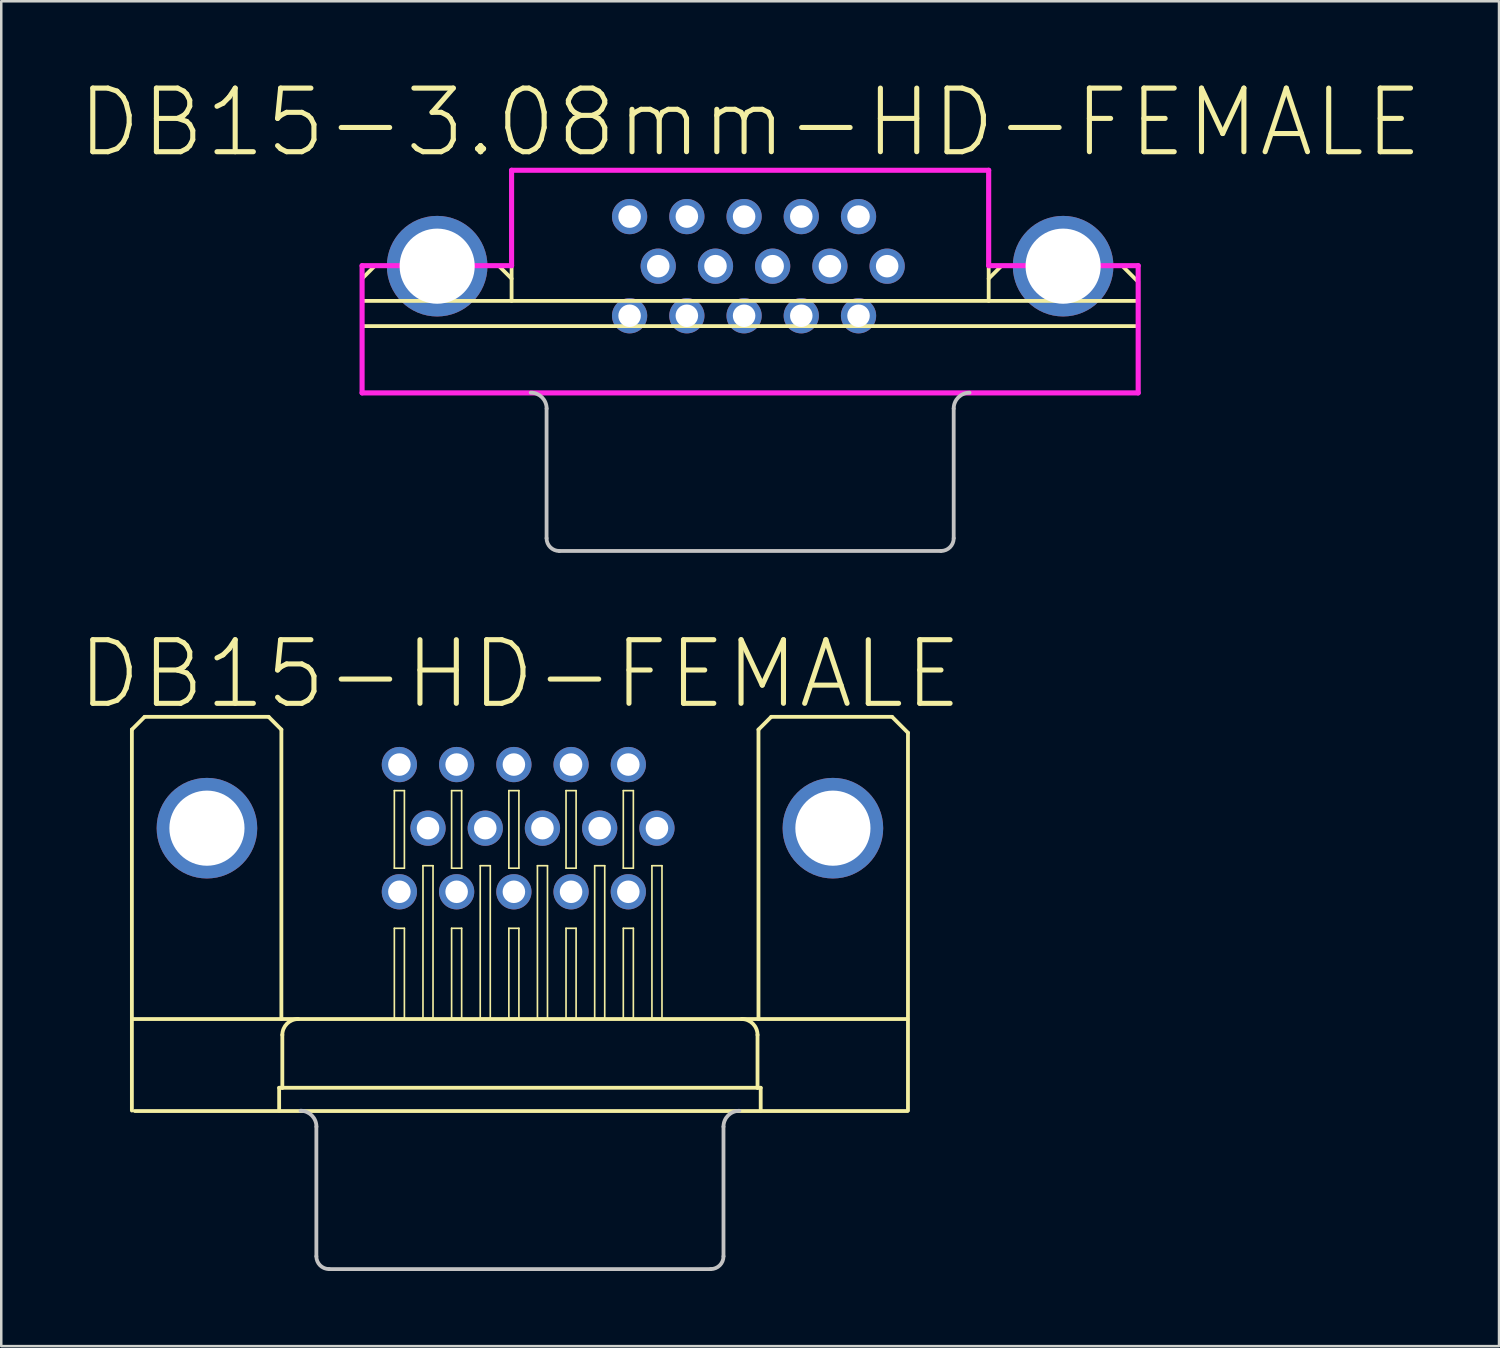
<source format=kicad_pcb>
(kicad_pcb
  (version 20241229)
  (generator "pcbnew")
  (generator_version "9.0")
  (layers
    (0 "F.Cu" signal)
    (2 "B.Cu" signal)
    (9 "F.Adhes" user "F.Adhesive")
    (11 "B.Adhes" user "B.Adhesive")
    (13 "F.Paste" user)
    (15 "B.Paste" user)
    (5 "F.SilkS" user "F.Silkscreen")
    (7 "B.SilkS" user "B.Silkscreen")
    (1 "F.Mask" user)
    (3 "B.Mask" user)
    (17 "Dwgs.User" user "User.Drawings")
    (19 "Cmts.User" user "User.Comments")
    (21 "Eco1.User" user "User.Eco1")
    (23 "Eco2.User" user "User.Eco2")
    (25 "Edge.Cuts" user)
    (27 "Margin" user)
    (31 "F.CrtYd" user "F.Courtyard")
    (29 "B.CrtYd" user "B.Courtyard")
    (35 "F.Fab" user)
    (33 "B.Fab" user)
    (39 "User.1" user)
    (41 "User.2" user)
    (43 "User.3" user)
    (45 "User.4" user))
  (footprint "DB15-3.08mm-HD-FEMALE"
    (layer "F.Cu")
    (at 26.902 12.638)
    (property "Reference" "DB15-3.08mm-HD-FEMALE" (at 0 -10.795 0) (layer "F.SilkS") (effects (font (size 2.54 2.54) (thickness 0.203))))
    (attr exclude_from_pos_files exclude_from_bom)
    (fp_line (start -15.494 -4.455) (end -15.494 -3.673) (stroke (width 0.152) (type solid)) (layer "F.SilkS"))
    (fp_line (start -15.494 -0.018) (end -15.494 -3.673) (stroke (width 0.152) (type solid)) (layer "F.SilkS"))
    (fp_line (start -14.986 -5.07) (end -15.494 -4.562) (stroke (width 0.152) (type solid)) (layer "F.SilkS"))
    (fp_line (start -10.033 -5.07) (end -14.986 -5.07) (stroke (width 0.152) (type solid)) (layer "F.SilkS"))
    (fp_line (start -9.525 -8.89) (end -9.525 -3.673) (stroke (width 0.152) (type solid)) (layer "F.SilkS"))
    (fp_line (start -9.525 -4.562) (end -10.033 -5.07) (stroke (width 0.152) (type solid)) (layer "F.SilkS"))
    (fp_line (start 9.525 -8.892) (end 9.525 -3.673) (stroke (width 0.152) (type solid)) (layer "F.SilkS"))
    (fp_line (start 9.525 -8.9) (end -9.525 -8.9) (stroke (width 0.152) (type solid)) (layer "F.SilkS"))
    (fp_line (start 10.033 -5.07) (end 9.525 -4.562) (stroke (width 0.152) (type solid)) (layer "F.SilkS"))
    (fp_line (start 10.033 -5.07) (end 14.859 -5.07) (stroke (width 0.152) (type solid)) (layer "F.SilkS"))
    (fp_line (start 14.859 -5.07) (end 15.494 -4.435) (stroke (width 0.152) (type solid)) (layer "F.SilkS"))
    (fp_line (start 15.474 0) (end -15.38 0) (stroke (width 0.152) (type solid)) (layer "F.SilkS"))
    (fp_line (start 15.494 -4.445) (end 15.494 -0.018) (stroke (width 0.152) (type solid)) (layer "F.SilkS"))
    (fp_line (start 15.494 -2.667) (end -15.494 -2.667) (stroke (width 0.152) (type solid)) (layer "F.SilkS"))
    (fp_line (start 15.495 -3.673) (end -15.494 -3.673) (stroke (width 0.152) (type solid)) (layer "F.SilkS"))
    (fp_circle (center -12.499 -5.06) (end -13.325 -4.234) (stroke (width 0.076) (type solid)) (fill no) (layer "F.SilkS"))
    (fp_circle (center 12.499 -5.06) (end 13.325 -4.234) (stroke (width 0.076) (type solid)) (fill no) (layer "F.SilkS"))
    (fp_line (start -8.128 0.625) (end -8.128 5.804) (stroke (width 0.152) (type solid)) (layer "Dwgs.User"))
    (fp_line (start 7.62 6.312) (end -7.62 6.312) (stroke (width 0.152) (type solid)) (layer "Dwgs.User"))
    (fp_line (start 8.128 0.625) (end 8.128 5.804) (stroke (width 0.152) (type solid)) (layer "Dwgs.User"))
    (fp_arc (start -8.76046 -0.01016) (mid -8.311447 0.175827) (end -8.12546 0.62484) (stroke (width 0.1524) (type solid)) (layer "Dwgs.User"))
    (fp_arc (start -7.62 6.3119) (mid -7.97921 6.16311) (end -8.128 5.8039) (stroke (width 0.1524) (type solid)) (layer "Dwgs.User"))
    (fp_arc (start 8.128 0.62484) (mid 8.313243 0.177623) (end 8.76046 -0.00762) (stroke (width 0.1524) (type solid)) (layer "Dwgs.User"))
    (fp_arc (start 8.128 5.8039) (mid 7.97921 6.16311) (end 7.62 6.3119) (stroke (width 0.1524) (type solid)) (layer "Dwgs.User"))
    (fp_line (start -15.494 -5.08) (end -15.494 0) (stroke (width 0.203) (type solid)) (layer "F.CrtYd"))
    (fp_line (start -15.494 0) (end 15.494 0) (stroke (width 0.203) (type solid)) (layer "F.CrtYd"))
    (fp_line (start -9.525 -8.89) (end -9.525 -5.08) (stroke (width 0.203) (type solid)) (layer "F.CrtYd"))
    (fp_line (start -9.525 -5.08) (end -15.494 -5.08) (stroke (width 0.203) (type solid)) (layer "F.CrtYd"))
    (fp_line (start 9.525 -8.89) (end -9.525 -8.89) (stroke (width 0.203) (type solid)) (layer "F.CrtYd"))
    (fp_line (start 9.525 -5.08) (end 9.525 -8.89) (stroke (width 0.203) (type solid)) (layer "F.CrtYd"))
    (fp_line (start 15.494 -5.08) (end 9.525 -5.08) (stroke (width 0.203) (type solid)) (layer "F.CrtYd"))
    (fp_line (start 15.494 0) (end 15.494 -5.08) (stroke (width 0.203) (type solid)) (layer "F.CrtYd"))
    (pad "1" thru_hole circle (at 4.328 -7.04 90) (size 1.407 1.407) (drill 0.899) (layers "*.Cu" "*.Mask"))
    (pad "2" thru_hole circle (at 2.042 -7.04) (size 1.407 1.407) (drill 0.899) (layers "*.Cu" "*.Mask"))
    (pad "3" thru_hole circle (at -0.241 -7.04) (size 1.407 1.407) (drill 0.899) (layers "*.Cu" "*.Mask"))
    (pad "4" thru_hole circle (at -2.527 -7.04) (size 1.407 1.407) (drill 0.899) (layers "*.Cu" "*.Mask"))
    (pad "5" thru_hole circle (at -4.813 -7.04) (size 1.407 1.407) (drill 0.899) (layers "*.Cu" "*.Mask"))
    (pad "6" thru_hole circle (at 5.471 -5.06) (size 1.407 1.407) (drill 0.899) (layers "*.Cu" "*.Mask"))
    (pad "7" thru_hole circle (at 3.185 -5.06) (size 1.407 1.407) (drill 0.899) (layers "*.Cu" "*.Mask"))
    (pad "8" thru_hole circle (at 0.899 -5.06) (size 1.407 1.407) (drill 0.899) (layers "*.Cu" "*.Mask"))
    (pad "9" thru_hole circle (at -1.384 -5.06) (size 1.407 1.407) (drill 0.899) (layers "*.Cu" "*.Mask"))
    (pad "10" thru_hole circle (at -3.67 -5.06) (size 1.407 1.407) (drill 0.899) (layers "*.Cu" "*.Mask"))
    (pad "11" thru_hole circle (at 4.328 -3.08) (size 1.407 1.407) (drill 0.899) (layers "*.Cu" "*.Mask"))
    (pad "12" thru_hole circle (at 2.042 -3.08) (size 1.407 1.407) (drill 0.899) (layers "*.Cu" "*.Mask"))
    (pad "13" thru_hole circle (at -0.241 -3.08) (size 1.407 1.407) (drill 0.899) (layers "*.Cu" "*.Mask"))
    (pad "14" thru_hole circle (at -2.527 -3.08) (size 1.407 1.407) (drill 0.899) (layers "*.Cu" "*.Mask"))
    (pad "15" thru_hole circle (at -4.813 -3.08) (size 1.407 1.407) (drill 0.899) (layers "*.Cu" "*.Mask"))
    (pad "SH" thru_hole circle (at -12.497 -5.06) (size 4.016 4.016) (drill 3) (layers "*.Cu" "*.Mask"))
    (pad "SH" thru_hole circle (at 12.497 -5.06) (size 4.016 4.016) (drill 3) (layers "*.Cu" "*.Mask")))
  (footprint "DB15-HD-FEMALE"
    (layer "F.Cu")
    (at 17.71 30.018)
    (property "Reference" "DB15-HD-FEMALE" (at 0 -6.15 0) (layer "F.SilkS") (effects (font (size 2.54 2.54) (thickness 0.203))))
    (attr exclude_from_pos_files exclude_from_bom)
    (fp_line (start -15.494 -3.937) (end -15.494 7.62) (stroke (width 0.152) (type solid)) (layer "F.SilkS"))
    (fp_line (start -15.494 11.275) (end -15.494 7.62) (stroke (width 0.152) (type solid)) (layer "F.SilkS"))
    (fp_line (start -14.986 -4.445) (end -15.494 -3.937) (stroke (width 0.152) (type solid)) (layer "F.SilkS"))
    (fp_line (start -10.033 -4.445) (end -14.986 -4.445) (stroke (width 0.152) (type solid)) (layer "F.SilkS"))
    (fp_line (start -9.614 10.366) (end -9.614 11.275) (stroke (width 0.152) (type solid)) (layer "F.SilkS"))
    (fp_line (start -9.525 -3.937) (end -10.033 -4.445) (stroke (width 0.152) (type solid)) (layer "F.SilkS"))
    (fp_line (start -9.525 -3.937) (end -9.525 7.62) (stroke (width 0.152) (type solid)) (layer "F.SilkS"))
    (fp_line (start -9.487 8.255) (end -9.487 10.366) (stroke (width 0.152) (type solid)) (layer "F.SilkS"))
    (fp_line (start -9.487 10.366) (end -9.614 10.366) (stroke (width 0.152) (type solid)) (layer "F.SilkS"))
    (fp_line (start -5.014 -1.499) (end -4.613 -1.499) (stroke (width 0.066) (type solid)) (layer "F.SilkS"))
    (fp_line (start -5.014 1.598) (end -5.014 -1.499) (stroke (width 0.066) (type solid)) (layer "F.SilkS"))
    (fp_line (start -5.014 1.598) (end -4.613 1.598) (stroke (width 0.066) (type solid)) (layer "F.SilkS"))
    (fp_line (start -5.014 3.998) (end -4.613 3.998) (stroke (width 0.066) (type solid)) (layer "F.SilkS"))
    (fp_line (start -5.014 7.6) (end -5.014 3.998) (stroke (width 0.066) (type solid)) (layer "F.SilkS"))
    (fp_line (start -5.014 7.6) (end -4.613 7.6) (stroke (width 0.066) (type solid)) (layer "F.SilkS"))
    (fp_line (start -4.613 1.598) (end -4.613 -1.499) (stroke (width 0.066) (type solid)) (layer "F.SilkS"))
    (fp_line (start -4.613 7.6) (end -4.613 3.998) (stroke (width 0.066) (type solid)) (layer "F.SilkS"))
    (fp_line (start -3.871 1.499) (end -3.47 1.499) (stroke (width 0.066) (type solid)) (layer "F.SilkS"))
    (fp_line (start -3.871 7.6) (end -3.871 1.499) (stroke (width 0.066) (type solid)) (layer "F.SilkS"))
    (fp_line (start -3.871 7.6) (end -3.47 7.6) (stroke (width 0.066) (type solid)) (layer "F.SilkS"))
    (fp_line (start -3.47 7.6) (end -3.47 1.499) (stroke (width 0.066) (type solid)) (layer "F.SilkS"))
    (fp_line (start -2.728 -1.499) (end -2.327 -1.499) (stroke (width 0.066) (type solid)) (layer "F.SilkS"))
    (fp_line (start -2.728 1.598) (end -2.728 -1.499) (stroke (width 0.066) (type solid)) (layer "F.SilkS"))
    (fp_line (start -2.728 1.598) (end -2.327 1.598) (stroke (width 0.066) (type solid)) (layer "F.SilkS"))
    (fp_line (start -2.728 3.998) (end -2.327 3.998) (stroke (width 0.066) (type solid)) (layer "F.SilkS"))
    (fp_line (start -2.728 7.6) (end -2.728 3.998) (stroke (width 0.066) (type solid)) (layer "F.SilkS"))
    (fp_line (start -2.728 7.6) (end -2.327 7.6) (stroke (width 0.066) (type solid)) (layer "F.SilkS"))
    (fp_line (start -2.327 1.598) (end -2.327 -1.499) (stroke (width 0.066) (type solid)) (layer "F.SilkS"))
    (fp_line (start -2.327 7.6) (end -2.327 3.998) (stroke (width 0.066) (type solid)) (layer "F.SilkS"))
    (fp_line (start -1.585 1.499) (end -1.184 1.499) (stroke (width 0.066) (type solid)) (layer "F.SilkS"))
    (fp_line (start -1.585 7.6) (end -1.585 1.499) (stroke (width 0.066) (type solid)) (layer "F.SilkS"))
    (fp_line (start -1.585 7.6) (end -1.184 7.6) (stroke (width 0.066) (type solid)) (layer "F.SilkS"))
    (fp_line (start -1.184 7.6) (end -1.184 1.499) (stroke (width 0.066) (type solid)) (layer "F.SilkS"))
    (fp_line (start -0.442 -1.499) (end -0.041 -1.499) (stroke (width 0.066) (type solid)) (layer "F.SilkS"))
    (fp_line (start -0.442 1.598) (end -0.442 -1.499) (stroke (width 0.066) (type solid)) (layer "F.SilkS"))
    (fp_line (start -0.442 1.598) (end -0.041 1.598) (stroke (width 0.066) (type solid)) (layer "F.SilkS"))
    (fp_line (start -0.442 3.998) (end -0.041 3.998) (stroke (width 0.066) (type solid)) (layer "F.SilkS"))
    (fp_line (start -0.442 7.6) (end -0.442 3.998) (stroke (width 0.066) (type solid)) (layer "F.SilkS"))
    (fp_line (start -0.442 7.6) (end -0.041 7.6) (stroke (width 0.066) (type solid)) (layer "F.SilkS"))
    (fp_line (start -0.041 1.598) (end -0.041 -1.499) (stroke (width 0.066) (type solid)) (layer "F.SilkS"))
    (fp_line (start -0.041 7.6) (end -0.041 3.998) (stroke (width 0.066) (type solid)) (layer "F.SilkS"))
    (fp_line (start 0.699 1.499) (end 1.1 1.499) (stroke (width 0.066) (type solid)) (layer "F.SilkS"))
    (fp_line (start 0.699 7.6) (end 0.699 1.499) (stroke (width 0.066) (type solid)) (layer "F.SilkS"))
    (fp_line (start 0.699 7.6) (end 1.1 7.6) (stroke (width 0.066) (type solid)) (layer "F.SilkS"))
    (fp_line (start 1.1 7.6) (end 1.1 1.499) (stroke (width 0.066) (type solid)) (layer "F.SilkS"))
    (fp_line (start 1.841 -1.499) (end 2.243 -1.499) (stroke (width 0.066) (type solid)) (layer "F.SilkS"))
    (fp_line (start 1.841 1.598) (end 1.841 -1.499) (stroke (width 0.066) (type solid)) (layer "F.SilkS"))
    (fp_line (start 1.841 1.598) (end 2.243 1.598) (stroke (width 0.066) (type solid)) (layer "F.SilkS"))
    (fp_line (start 1.841 3.998) (end 2.243 3.998) (stroke (width 0.066) (type solid)) (layer "F.SilkS"))
    (fp_line (start 1.841 7.6) (end 1.841 3.998) (stroke (width 0.066) (type solid)) (layer "F.SilkS"))
    (fp_line (start 1.841 7.6) (end 2.243 7.6) (stroke (width 0.066) (type solid)) (layer "F.SilkS"))
    (fp_line (start 2.243 1.598) (end 2.243 -1.499) (stroke (width 0.066) (type solid)) (layer "F.SilkS"))
    (fp_line (start 2.243 7.6) (end 2.243 3.998) (stroke (width 0.066) (type solid)) (layer "F.SilkS"))
    (fp_line (start 2.985 1.499) (end 3.386 1.499) (stroke (width 0.066) (type solid)) (layer "F.SilkS"))
    (fp_line (start 2.985 7.6) (end 2.985 1.499) (stroke (width 0.066) (type solid)) (layer "F.SilkS"))
    (fp_line (start 2.985 7.6) (end 3.386 7.6) (stroke (width 0.066) (type solid)) (layer "F.SilkS"))
    (fp_line (start 3.386 7.6) (end 3.386 1.499) (stroke (width 0.066) (type solid)) (layer "F.SilkS"))
    (fp_line (start 4.128 -1.499) (end 4.529 -1.499) (stroke (width 0.066) (type solid)) (layer "F.SilkS"))
    (fp_line (start 4.128 1.598) (end 4.128 -1.499) (stroke (width 0.066) (type solid)) (layer "F.SilkS"))
    (fp_line (start 4.128 1.598) (end 4.529 1.598) (stroke (width 0.066) (type solid)) (layer "F.SilkS"))
    (fp_line (start 4.128 3.998) (end 4.529 3.998) (stroke (width 0.066) (type solid)) (layer "F.SilkS"))
    (fp_line (start 4.128 7.6) (end 4.128 3.998) (stroke (width 0.066) (type solid)) (layer "F.SilkS"))
    (fp_line (start 4.128 7.6) (end 4.529 7.6) (stroke (width 0.066) (type solid)) (layer "F.SilkS"))
    (fp_line (start 4.529 1.598) (end 4.529 -1.499) (stroke (width 0.066) (type solid)) (layer "F.SilkS"))
    (fp_line (start 4.529 7.6) (end 4.529 3.998) (stroke (width 0.066) (type solid)) (layer "F.SilkS"))
    (fp_line (start 5.271 1.499) (end 5.672 1.499) (stroke (width 0.066) (type solid)) (layer "F.SilkS"))
    (fp_line (start 5.271 7.6) (end 5.271 1.499) (stroke (width 0.066) (type solid)) (layer "F.SilkS"))
    (fp_line (start 5.271 7.6) (end 5.672 7.6) (stroke (width 0.066) (type solid)) (layer "F.SilkS"))
    (fp_line (start 5.672 7.6) (end 5.672 1.499) (stroke (width 0.066) (type solid)) (layer "F.SilkS"))
    (fp_line (start 9.487 8.255) (end 9.487 10.366) (stroke (width 0.152) (type solid)) (layer "F.SilkS"))
    (fp_line (start 9.487 10.366) (end -9.487 10.366) (stroke (width 0.152) (type solid)) (layer "F.SilkS"))
    (fp_line (start 9.525 -3.937) (end 9.525 7.62) (stroke (width 0.152) (type solid)) (layer "F.SilkS"))
    (fp_line (start 9.614 10.366) (end 9.487 10.366) (stroke (width 0.152) (type solid)) (layer "F.SilkS"))
    (fp_line (start 9.614 10.366) (end 9.614 11.275) (stroke (width 0.152) (type solid)) (layer "F.SilkS"))
    (fp_line (start 10.033 -4.445) (end 9.525 -3.937) (stroke (width 0.152) (type solid)) (layer "F.SilkS"))
    (fp_line (start 10.033 -4.445) (end 14.859 -4.445) (stroke (width 0.152) (type solid)) (layer "F.SilkS"))
    (fp_line (start 14.859 -4.445) (end 15.494 -3.81) (stroke (width 0.152) (type solid)) (layer "F.SilkS"))
    (fp_line (start 15.474 7.62) (end -15.494 7.62) (stroke (width 0.152) (type solid)) (layer "F.SilkS"))
    (fp_line (start 15.474 11.293) (end -15.38 11.293) (stroke (width 0.152) (type solid)) (layer "F.SilkS"))
    (fp_line (start 15.494 -3.81) (end 15.494 11.275) (stroke (width 0.152) (type solid)) (layer "F.SilkS"))
    (fp_arc (start -9.4869 8.255) (mid -9.300913 7.805987) (end -8.8519 7.62) (stroke (width 0.1524) (type solid)) (layer "F.SilkS"))
    (fp_arc (start 8.8519 7.62) (mid 9.300913 7.805987) (end 9.4869 8.255) (stroke (width 0.1524) (type solid)) (layer "F.SilkS"))
    (fp_circle (center -12.499 0) (end -13.325 0.826) (stroke (width 0.076) (type solid)) (fill no) (layer "F.SilkS"))
    (fp_circle (center 12.499 0) (end 13.325 0.826) (stroke (width 0.076) (type solid)) (fill no) (layer "F.SilkS"))
    (fp_line (start -8.128 11.918) (end -8.128 17.097) (stroke (width 0.152) (type solid)) (layer "Dwgs.User"))
    (fp_line (start 7.62 17.605) (end -7.62 17.605) (stroke (width 0.152) (type solid)) (layer "Dwgs.User"))
    (fp_line (start 8.128 11.918) (end 8.128 17.097) (stroke (width 0.152) (type solid)) (layer "Dwgs.User"))
    (fp_arc (start -8.76046 11.28268) (mid -8.311447 11.468667) (end -8.12546 11.91768) (stroke (width 0.1524) (type solid)) (layer "Dwgs.User"))
    (fp_arc (start -7.62 17.60474) (mid -7.97921 17.45595) (end -8.128 17.09674) (stroke (width 0.1524) (type solid)) (layer "Dwgs.User"))
    (fp_arc (start 8.128 11.91768) (mid 8.313243 11.470463) (end 8.76046 11.28522) (stroke (width 0.1524) (type solid)) (layer "Dwgs.User"))
    (fp_arc (start 8.128 17.09674) (mid 7.97921 17.45595) (end 7.62 17.60474) (stroke (width 0.1524) (type solid)) (layer "Dwgs.User"))
    (pad "1" thru_hole circle (at 4.328 -2.54) (size 1.407 1.407) (drill 0.899) (layers "*.Cu" "*.Mask"))
    (pad "2" thru_hole circle (at 2.042 -2.54) (size 1.407 1.407) (drill 0.899) (layers "*.Cu" "*.Mask"))
    (pad "3" thru_hole circle (at -0.241 -2.54) (size 1.407 1.407) (drill 0.899) (layers "*.Cu" "*.Mask"))
    (pad "4" thru_hole circle (at -2.527 -2.54) (size 1.407 1.407) (drill 0.899) (layers "*.Cu" "*.Mask"))
    (pad "5" thru_hole circle (at -4.813 -2.54) (size 1.407 1.407) (drill 0.899) (layers "*.Cu" "*.Mask"))
    (pad "6" thru_hole circle (at 5.471 0) (size 1.407 1.407) (drill 0.899) (layers "*.Cu" "*.Mask"))
    (pad "7" thru_hole circle (at 3.185 0) (size 1.407 1.407) (drill 0.899) (layers "*.Cu" "*.Mask"))
    (pad "8" thru_hole circle (at 0.899 0) (size 1.407 1.407) (drill 0.899) (layers "*.Cu" "*.Mask"))
    (pad "9" thru_hole circle (at -1.384 0) (size 1.407 1.407) (drill 0.899) (layers "*.Cu" "*.Mask"))
    (pad "10" thru_hole circle (at -3.67 0) (size 1.407 1.407) (drill 0.899) (layers "*.Cu" "*.Mask"))
    (pad "11" thru_hole circle (at 4.328 2.54) (size 1.407 1.407) (drill 0.899) (layers "*.Cu" "*.Mask"))
    (pad "12" thru_hole circle (at 2.042 2.54) (size 1.407 1.407) (drill 0.899) (layers "*.Cu" "*.Mask"))
    (pad "13" thru_hole circle (at -0.241 2.54) (size 1.407 1.407) (drill 0.899) (layers "*.Cu" "*.Mask"))
    (pad "14" thru_hole circle (at -2.527 2.54) (size 1.407 1.407) (drill 0.899) (layers "*.Cu" "*.Mask"))
    (pad "15" thru_hole circle (at -4.813 2.54) (size 1.407 1.407) (drill 0.899) (layers "*.Cu" "*.Mask"))
    (pad "SH" thru_hole circle (at -12.497 0) (size 4.016 4.016) (drill 3) (layers "*.Cu" "*.Mask"))
    (pad "SH" thru_hole circle (at 12.497 0) (size 4.016 4.016) (drill 3) (layers "*.Cu" "*.Mask")))
  (gr_rect
    (start -3 -3)
    (end 56.804 50.699)
    (stroke (width 0.1) (type default))
    (fill no)
    (layer "Edge.Cuts")))
</source>
